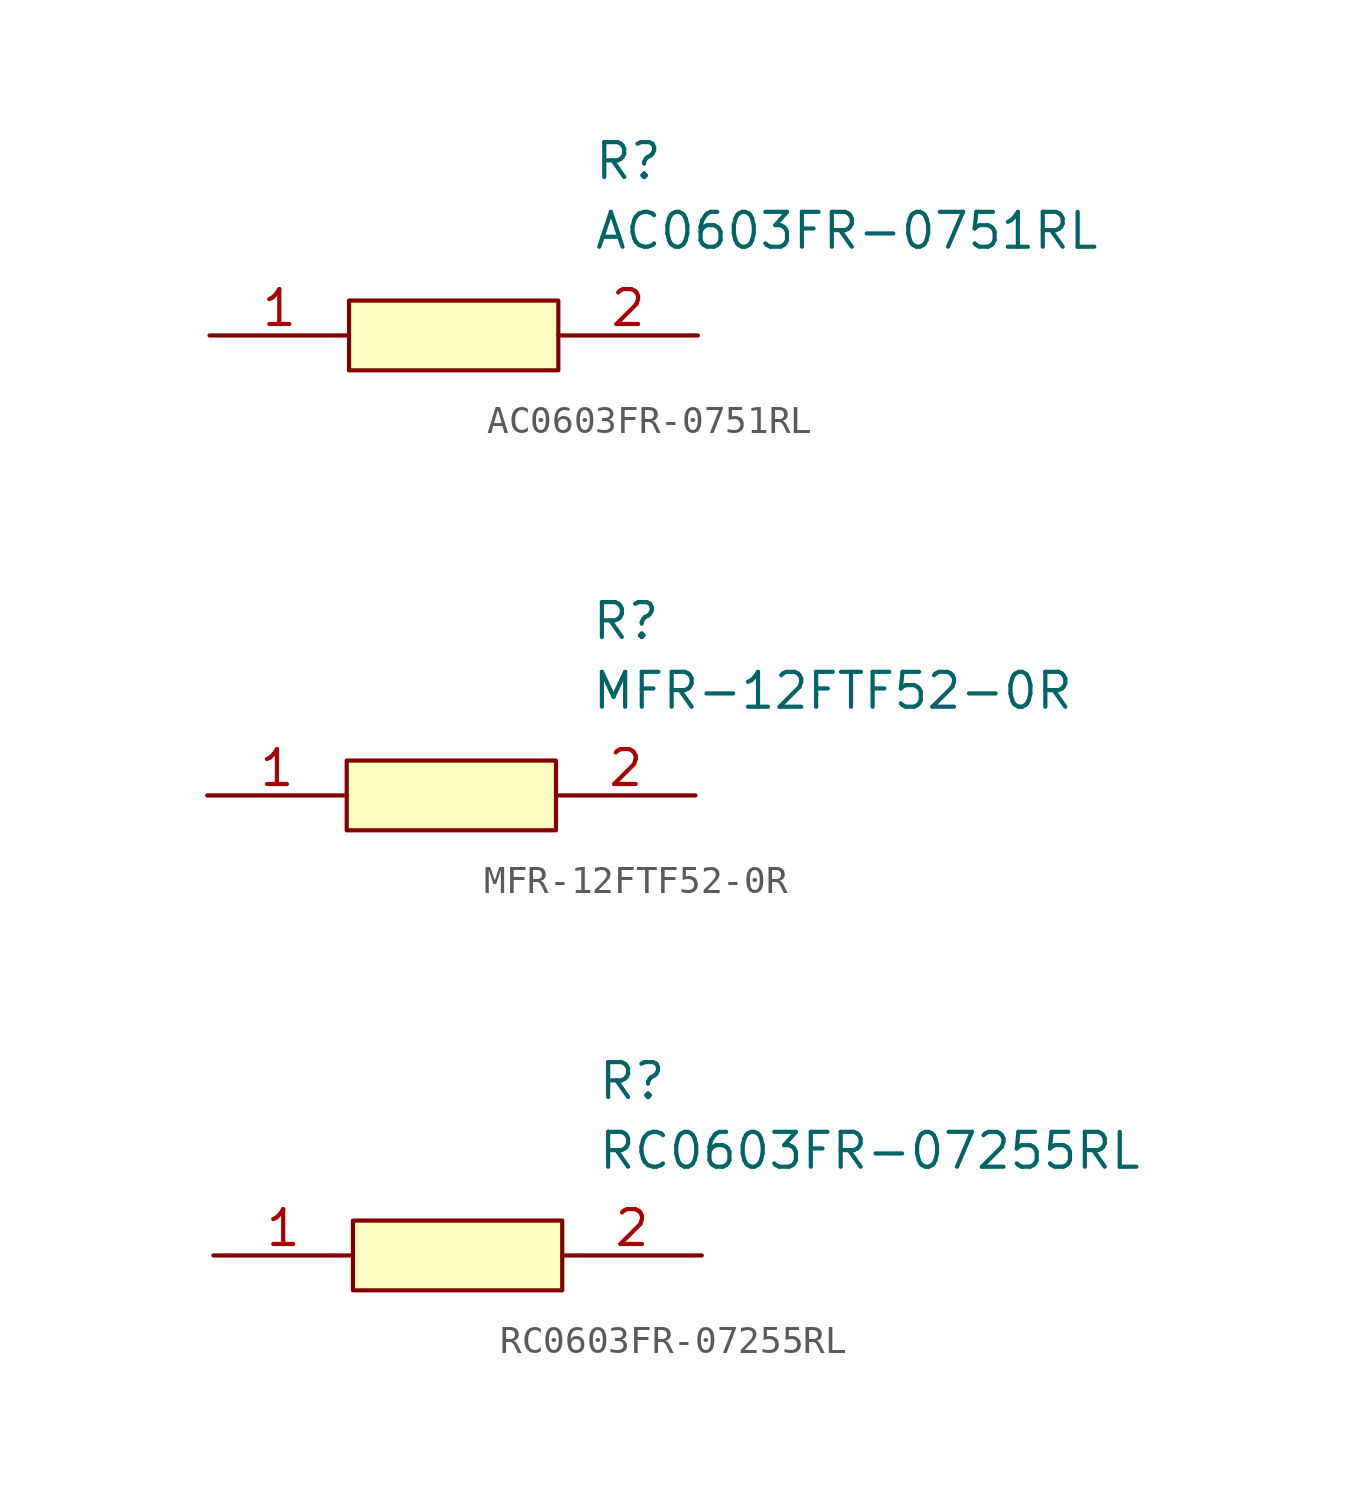
<source format=kicad_sym>
(kicad_symbol_lib
  (version 20211014)
  (generator kicad_symbol_editor)
  (symbol "AC0603FR-0751RL"
    (pin_names
      (offset 0.762))
    (property "Reference" "R"
      (at 13.97 6.35 0)
      (effects (font (size 1.27 1.27)) (justify left)))
    (property "Value" "AC0603FR-0751RL"
      (at 13.97 3.81 0)
      (effects (font (size 1.27 1.27)) (justify left)))
    (symbol "AC0603FR-0751RL_0_0"
      (pin passive line (at 0 0 0) (length 5.08) (name "~" (effects (font (size 1.27 1.27)))) (number "1" (effects (font (size 1.27 1.27)))))
      (pin passive line (at 17.78 0 180) (length 5.08) (name "~" (effects (font (size 1.27 1.27)))) (number "2" (effects (font (size 1.27 1.27))))))
    (symbol "AC0603FR-0751RL_0_1"
      (polyline (pts (xy 5.08 1.27) (xy 12.7 1.27) (xy 12.7 -1.27) (xy 5.08 -1.27) (xy 5.08 1.27)) (stroke (width 0.152) (type default) (color 0 0 0 0)) (fill (type background)))))
  (symbol "MFR-12FTF52-0R"
    (pin_names
      (offset 0.762))
    (property "Reference" "R"
      (at 13.97 6.35 0)
      (effects (font (size 1.27 1.27)) (justify left)))
    (property "Value" "MFR-12FTF52-0R"
      (at 13.97 3.81 0)
      (effects (font (size 1.27 1.27)) (justify left)))
    (symbol "MFR-12FTF52-0R_0_0"
      (pin passive line (at 0 0 0) (length 5.08) (name "~" (effects (font (size 1.27 1.27)))) (number "1" (effects (font (size 1.27 1.27)))))
      (pin passive line (at 17.78 0 180) (length 5.08) (name "~" (effects (font (size 1.27 1.27)))) (number "2" (effects (font (size 1.27 1.27))))))
    (symbol "MFR-12FTF52-0R_0_1"
      (polyline (pts (xy 5.08 1.27) (xy 12.7 1.27) (xy 12.7 -1.27) (xy 5.08 -1.27) (xy 5.08 1.27)) (stroke (width 0.152) (type default) (color 0 0 0 0)) (fill (type background)))))
  (symbol "RC0603FR-07255RL"
    (pin_names
      (offset 0.762))
    (property "Reference" "R"
      (at 13.97 6.35 0)
      (effects (font (size 1.27 1.27)) (justify left)))
    (property "Value" "RC0603FR-07255RL"
      (at 13.97 3.81 0)
      (effects (font (size 1.27 1.27)) (justify left)))
    (symbol "RC0603FR-07255RL_0_0"
      (pin passive line (at 0 0 0) (length 5.08) (name "~" (effects (font (size 1.27 1.27)))) (number "1" (effects (font (size 1.27 1.27)))))
      (pin passive line (at 17.78 0 180) (length 5.08) (name "~" (effects (font (size 1.27 1.27)))) (number "2" (effects (font (size 1.27 1.27))))))
    (symbol "RC0603FR-07255RL_0_1"
      (polyline (pts (xy 5.08 1.27) (xy 12.7 1.27) (xy 12.7 -1.27) (xy 5.08 -1.27) (xy 5.08 1.27)) (stroke (width 0.152) (type default) (color 0 0 0 0)) (fill (type background))))))
</source>
